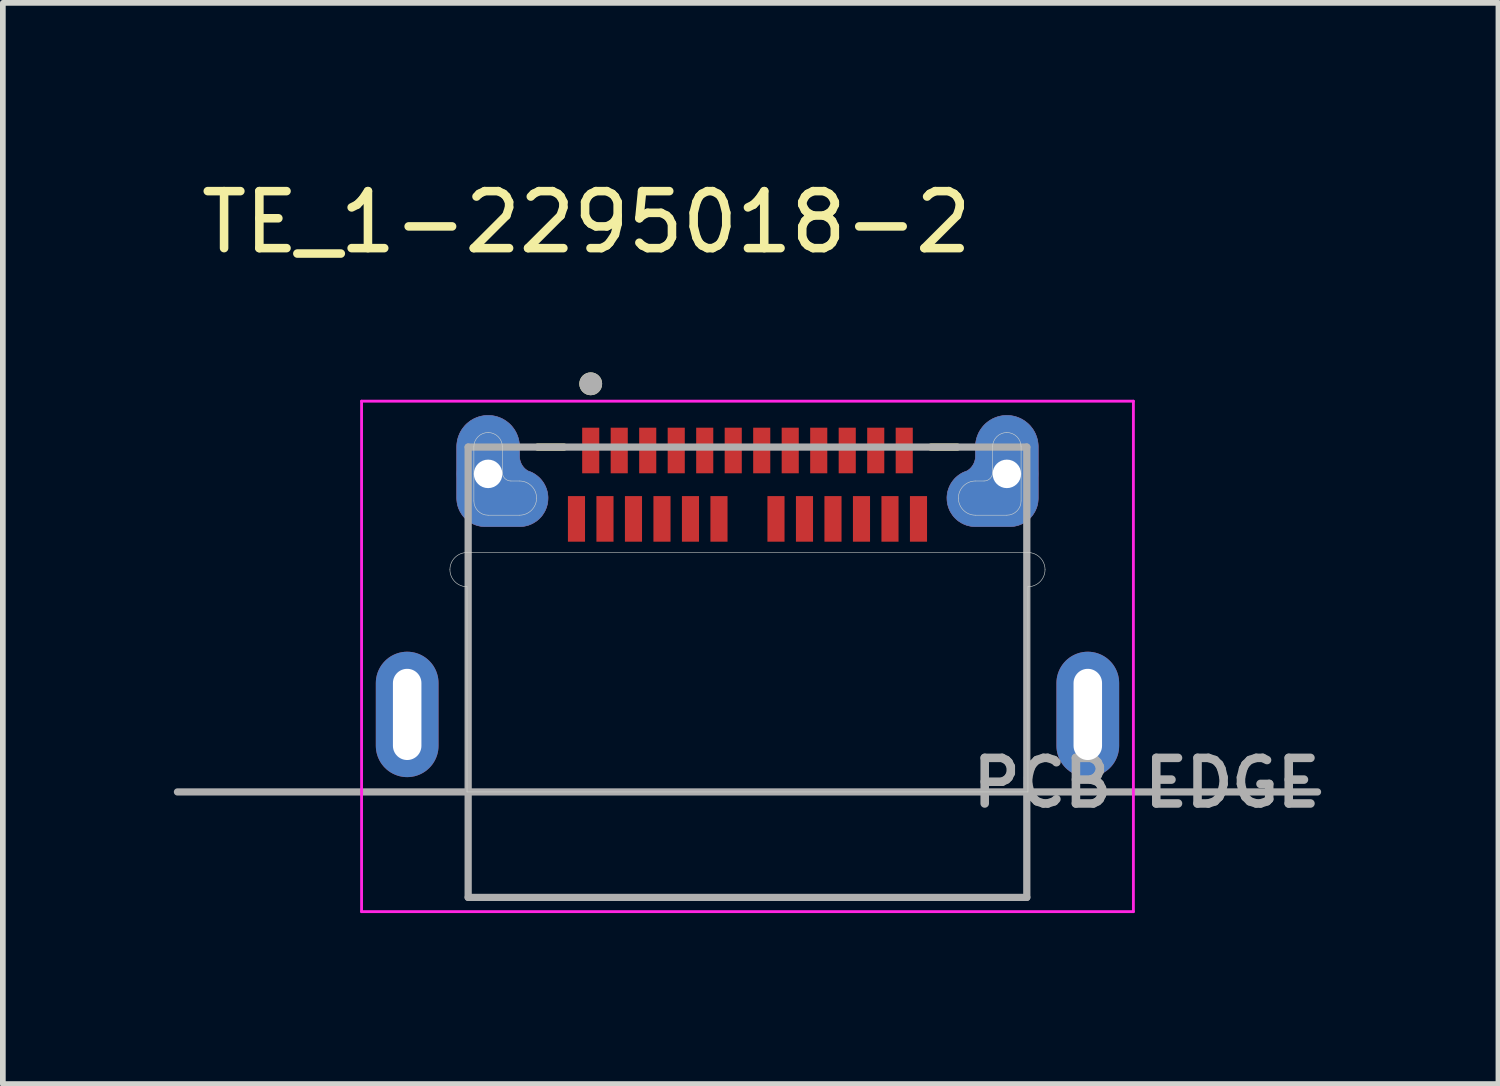
<source format=kicad_pcb>
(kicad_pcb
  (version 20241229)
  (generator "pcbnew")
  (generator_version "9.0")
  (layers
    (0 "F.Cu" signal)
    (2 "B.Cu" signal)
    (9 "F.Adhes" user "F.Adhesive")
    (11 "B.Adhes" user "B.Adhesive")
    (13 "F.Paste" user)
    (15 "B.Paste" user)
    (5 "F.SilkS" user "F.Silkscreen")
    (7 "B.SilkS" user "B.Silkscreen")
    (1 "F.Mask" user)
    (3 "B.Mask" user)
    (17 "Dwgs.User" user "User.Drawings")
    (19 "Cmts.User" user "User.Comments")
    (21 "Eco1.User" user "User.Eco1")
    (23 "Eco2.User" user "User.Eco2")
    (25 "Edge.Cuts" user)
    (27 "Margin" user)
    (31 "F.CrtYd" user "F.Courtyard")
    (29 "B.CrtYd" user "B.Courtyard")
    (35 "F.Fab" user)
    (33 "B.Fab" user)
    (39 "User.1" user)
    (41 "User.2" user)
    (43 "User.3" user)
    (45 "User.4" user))
  (footprint "TE_1-2295018-2"
    (layer "F.Cu")
    (at 10.063 9.483)
    (property "Reference" "TE_1-2295018-2" (at -2.825 -8.635 0) (layer "F.SilkS") (effects (font (size 1 1) (thickness 0.15))))
    (attr smd)
    (fp_poly (pts (xy -3.5 -3.795) (xy -3.5 -3.814) (xy -3.502 -3.835) (xy -3.504 -3.856) (xy -3.507 -3.878) (xy -3.511 -3.898) (xy -3.516 -3.919) (xy -3.522 -3.939) (xy -3.529 -3.96) (xy -3.536 -3.979) (xy -3.544 -3.999) (xy -3.554 -4.018) (xy -3.564 -4.037) (xy -3.574 -4.055) (xy -3.586 -4.073) (xy -3.598 -4.09) (xy -3.611 -4.107) (xy -3.625 -4.123) (xy -3.639 -4.139) (xy -3.654 -4.154) (xy -3.67 -4.168) (xy -3.686 -4.182) (xy -3.703 -4.195) (xy -3.72 -4.207) (xy -3.738 -4.219) (xy -3.756 -4.23) (xy -3.775 -4.24) (xy -3.794 -4.249) (xy -3.814 -4.257) (xy -3.834 -4.265) (xy -3.85 -4.27) (xy -3.859 -4.275) (xy -3.867 -4.281) (xy -3.875 -4.286) (xy -3.884 -4.293) (xy -3.891 -4.299) (xy -3.899 -4.305) (xy -3.907 -4.312) (xy -3.914 -4.319) (xy -3.921 -4.327) (xy -3.928 -4.334) (xy -3.934 -4.342) (xy -3.94 -4.35) (xy -3.946 -4.358) (xy -3.952 -4.367) (xy -3.957 -4.375) (xy -3.962 -4.384) (xy -3.967 -4.393) (xy -3.972 -4.402) (xy -3.976 -4.412) (xy -3.98 -4.421) (xy -3.983 -4.43) (xy -3.986 -4.44) (xy -3.989 -4.45) (xy -3.992 -4.46) (xy -3.994 -4.47) (xy -3.996 -4.479) (xy -3.997 -4.489) (xy -3.999 -4.5) (xy -3.999 -4.51) (xy -4 -4.52) (xy -4 -4.695) (xy -4.001 -4.724) (xy -4.003 -4.752) (xy -4.007 -4.781) (xy -4.012 -4.809) (xy -4.019 -4.837) (xy -4.027 -4.865) (xy -4.037 -4.892) (xy -4.048 -4.919) (xy -4.06 -4.945) (xy -4.074 -4.97) (xy -4.089 -4.995) (xy -4.105 -5.018) (xy -4.123 -5.041) (xy -4.141 -5.063) (xy -4.161 -5.084) (xy -4.182 -5.104) (xy -4.204 -5.122) (xy -4.227 -5.14) (xy -4.25 -5.156) (xy -4.275 -5.171) (xy -4.3 -5.185) (xy -4.326 -5.197) (xy -4.353 -5.208) (xy -4.38 -5.218) (xy -4.408 -5.226) (xy -4.436 -5.233) (xy -4.464 -5.238) (xy -4.493 -5.242) (xy -4.521 -5.244) (xy -4.55 -5.245) (xy -4.579 -5.244) (xy -4.607 -5.242) (xy -4.636 -5.238) (xy -4.664 -5.233) (xy -4.692 -5.226) (xy -4.72 -5.218) (xy -4.747 -5.208) (xy -4.774 -5.197) (xy -4.8 -5.185) (xy -4.825 -5.171) (xy -4.85 -5.156) (xy -4.873 -5.14) (xy -4.896 -5.122) (xy -4.918 -5.104) (xy -4.939 -5.084) (xy -4.959 -5.063) (xy -4.977 -5.041) (xy -4.995 -5.018) (xy -5.011 -4.995) (xy -5.026 -4.97) (xy -5.04 -4.945) (xy -5.052 -4.919) (xy -5.063 -4.892) (xy -5.073 -4.865) (xy -5.081 -4.837) (xy -5.088 -4.809) (xy -5.093 -4.781) (xy -5.097 -4.752) (xy -5.099 -4.724) (xy -5.1 -4.695) (xy -5.1 -3.795) (xy -5.099 -3.769) (xy -5.097 -3.743) (xy -5.094 -3.717) (xy -5.089 -3.691) (xy -5.083 -3.666) (xy -5.076 -3.64) (xy -5.067 -3.616) (xy -5.057 -3.592) (xy -5.046 -3.568) (xy -5.033 -3.545) (xy -5.019 -3.523) (xy -5.005 -3.501) (xy -4.989 -3.48) (xy -4.972 -3.46) (xy -4.954 -3.441) (xy -4.935 -3.423) (xy -4.915 -3.406) (xy -4.894 -3.39) (xy -4.872 -3.376) (xy -4.85 -3.362) (xy -4.827 -3.349) (xy -4.803 -3.338) (xy -4.779 -3.328) (xy -4.755 -3.319) (xy -4.729 -3.312) (xy -4.704 -3.306) (xy -4.678 -3.301) (xy -4.652 -3.298) (xy -4.626 -3.296) (xy -4.6 -3.295) (xy -4 -3.295) (xy -3.974 -3.296) (xy -3.948 -3.298) (xy -3.922 -3.301) (xy -3.896 -3.306) (xy -3.871 -3.312) (xy -3.845 -3.319) (xy -3.821 -3.328) (xy -3.797 -3.338) (xy -3.773 -3.349) (xy -3.75 -3.362) (xy -3.728 -3.376) (xy -3.706 -3.39) (xy -3.685 -3.406) (xy -3.665 -3.423) (xy -3.646 -3.441) (xy -3.628 -3.46) (xy -3.611 -3.48) (xy -3.595 -3.501) (xy -3.581 -3.523) (xy -3.567 -3.545) (xy -3.554 -3.568) (xy -3.543 -3.592) (xy -3.533 -3.616) (xy -3.524 -3.64) (xy -3.517 -3.666) (xy -3.511 -3.691) (xy -3.506 -3.717) (xy -3.503 -3.743) (xy -3.501 -3.769) (xy -3.5 -3.795)) (stroke (width 0.01) (type solid)) (fill yes) (layer "F.Cu"))
    (fp_poly (pts (xy 3.5 -3.795) (xy 3.5 -3.814) (xy 3.502 -3.835) (xy 3.504 -3.856) (xy 3.507 -3.878) (xy 3.511 -3.898) (xy 3.516 -3.919) (xy 3.522 -3.939) (xy 3.529 -3.96) (xy 3.536 -3.979) (xy 3.544 -3.999) (xy 3.554 -4.018) (xy 3.564 -4.037) (xy 3.574 -4.055) (xy 3.586 -4.073) (xy 3.598 -4.09) (xy 3.611 -4.107) (xy 3.625 -4.123) (xy 3.639 -4.139) (xy 3.654 -4.154) (xy 3.67 -4.168) (xy 3.686 -4.182) (xy 3.703 -4.195) (xy 3.72 -4.207) (xy 3.738 -4.219) (xy 3.756 -4.23) (xy 3.775 -4.24) (xy 3.794 -4.249) (xy 3.814 -4.257) (xy 3.834 -4.265) (xy 3.85 -4.27) (xy 3.859 -4.275) (xy 3.867 -4.281) (xy 3.875 -4.286) (xy 3.884 -4.293) (xy 3.891 -4.299) (xy 3.899 -4.305) (xy 3.907 -4.312) (xy 3.914 -4.319) (xy 3.921 -4.327) (xy 3.928 -4.334) (xy 3.934 -4.342) (xy 3.94 -4.35) (xy 3.946 -4.358) (xy 3.952 -4.367) (xy 3.957 -4.375) (xy 3.962 -4.384) (xy 3.967 -4.393) (xy 3.972 -4.402) (xy 3.976 -4.412) (xy 3.98 -4.421) (xy 3.983 -4.43) (xy 3.986 -4.44) (xy 3.989 -4.45) (xy 3.992 -4.46) (xy 3.994 -4.47) (xy 3.996 -4.479) (xy 3.997 -4.489) (xy 3.999 -4.5) (xy 3.999 -4.51) (xy 4 -4.52) (xy 4 -4.695) (xy 4.001 -4.724) (xy 4.003 -4.752) (xy 4.007 -4.781) (xy 4.012 -4.809) (xy 4.019 -4.837) (xy 4.027 -4.865) (xy 4.037 -4.892) (xy 4.048 -4.919) (xy 4.06 -4.945) (xy 4.074 -4.97) (xy 4.089 -4.995) (xy 4.105 -5.018) (xy 4.123 -5.041) (xy 4.141 -5.063) (xy 4.161 -5.084) (xy 4.182 -5.104) (xy 4.204 -5.122) (xy 4.227 -5.14) (xy 4.25 -5.156) (xy 4.275 -5.171) (xy 4.3 -5.185) (xy 4.326 -5.197) (xy 4.353 -5.208) (xy 4.38 -5.218) (xy 4.408 -5.226) (xy 4.436 -5.233) (xy 4.464 -5.238) (xy 4.493 -5.242) (xy 4.521 -5.244) (xy 4.55 -5.245) (xy 4.579 -5.244) (xy 4.607 -5.242) (xy 4.636 -5.238) (xy 4.664 -5.233) (xy 4.692 -5.226) (xy 4.72 -5.218) (xy 4.747 -5.208) (xy 4.774 -5.197) (xy 4.8 -5.185) (xy 4.825 -5.171) (xy 4.85 -5.156) (xy 4.873 -5.14) (xy 4.896 -5.122) (xy 4.918 -5.104) (xy 4.939 -5.084) (xy 4.959 -5.063) (xy 4.977 -5.041) (xy 4.995 -5.018) (xy 5.011 -4.995) (xy 5.026 -4.97) (xy 5.04 -4.945) (xy 5.052 -4.919) (xy 5.063 -4.892) (xy 5.073 -4.865) (xy 5.081 -4.837) (xy 5.088 -4.809) (xy 5.093 -4.781) (xy 5.097 -4.752) (xy 5.099 -4.724) (xy 5.1 -4.695) (xy 5.1 -3.795) (xy 5.099 -3.769) (xy 5.097 -3.743) (xy 5.094 -3.717) (xy 5.089 -3.691) (xy 5.083 -3.666) (xy 5.076 -3.64) (xy 5.067 -3.616) (xy 5.057 -3.592) (xy 5.046 -3.568) (xy 5.033 -3.545) (xy 5.019 -3.523) (xy 5.005 -3.501) (xy 4.989 -3.48) (xy 4.972 -3.46) (xy 4.954 -3.441) (xy 4.935 -3.423) (xy 4.915 -3.406) (xy 4.894 -3.39) (xy 4.872 -3.376) (xy 4.85 -3.362) (xy 4.827 -3.349) (xy 4.803 -3.338) (xy 4.779 -3.328) (xy 4.755 -3.319) (xy 4.729 -3.312) (xy 4.704 -3.306) (xy 4.678 -3.301) (xy 4.652 -3.298) (xy 4.626 -3.296) (xy 4.6 -3.295) (xy 4 -3.295) (xy 3.974 -3.296) (xy 3.948 -3.298) (xy 3.922 -3.301) (xy 3.896 -3.306) (xy 3.871 -3.312) (xy 3.845 -3.319) (xy 3.821 -3.328) (xy 3.797 -3.338) (xy 3.773 -3.349) (xy 3.75 -3.362) (xy 3.728 -3.376) (xy 3.706 -3.39) (xy 3.685 -3.406) (xy 3.665 -3.423) (xy 3.646 -3.441) (xy 3.628 -3.46) (xy 3.611 -3.48) (xy 3.595 -3.501) (xy 3.581 -3.523) (xy 3.567 -3.545) (xy 3.554 -3.568) (xy 3.543 -3.592) (xy 3.533 -3.616) (xy 3.524 -3.64) (xy 3.517 -3.666) (xy 3.511 -3.691) (xy 3.506 -3.717) (xy 3.503 -3.743) (xy 3.501 -3.769) (xy 3.5 -3.795)) (stroke (width 0.01) (type solid)) (fill yes) (layer "F.Cu"))
    (fp_poly (pts (xy -3.4 -3.795) (xy -3.4 -3.819) (xy -3.401 -3.844) (xy -3.403 -3.869) (xy -3.407 -3.894) (xy -3.411 -3.919) (xy -3.416 -3.943) (xy -3.423 -3.968) (xy -3.43 -3.992) (xy -3.438 -4.015) (xy -3.448 -4.039) (xy -3.458 -4.062) (xy -3.469 -4.084) (xy -3.481 -4.106) (xy -3.494 -4.128) (xy -3.508 -4.148) (xy -3.523 -4.169) (xy -3.539 -4.188) (xy -3.555 -4.207) (xy -3.573 -4.226) (xy -3.591 -4.243) (xy -3.61 -4.26) (xy -3.629 -4.276) (xy -3.649 -4.291) (xy -3.67 -4.305) (xy -3.691 -4.319) (xy -3.713 -4.331) (xy -3.735 -4.343) (xy -3.758 -4.353) (xy -3.781 -4.363) (xy -3.8 -4.37) (xy -3.805 -4.373) (xy -3.812 -4.377) (xy -3.819 -4.382) (xy -3.825 -4.387) (xy -3.831 -4.392) (xy -3.837 -4.397) (xy -3.843 -4.402) (xy -3.848 -4.408) (xy -3.853 -4.414) (xy -3.859 -4.42) (xy -3.863 -4.426) (xy -3.868 -4.433) (xy -3.872 -4.44) (xy -3.876 -4.446) (xy -3.88 -4.453) (xy -3.883 -4.461) (xy -3.886 -4.468) (xy -3.889 -4.475) (xy -3.892 -4.483) (xy -3.894 -4.49) (xy -3.896 -4.498) (xy -3.898 -4.506) (xy -3.899 -4.513) (xy -3.9 -4.521) (xy -3.901 -4.529) (xy -3.902 -4.537) (xy -3.902 -4.545) (xy -3.901 -4.553) (xy -3.901 -4.561) (xy -3.9 -4.57) (xy -3.9 -4.695) (xy -3.901 -4.729) (xy -3.904 -4.763) (xy -3.908 -4.797) (xy -3.914 -4.83) (xy -3.922 -4.863) (xy -3.932 -4.896) (xy -3.943 -4.928) (xy -3.956 -4.959) (xy -3.971 -4.99) (xy -3.987 -5.02) (xy -4.005 -5.049) (xy -4.024 -5.077) (xy -4.045 -5.104) (xy -4.067 -5.13) (xy -4.09 -5.155) (xy -4.115 -5.178) (xy -4.141 -5.2) (xy -4.168 -5.221) (xy -4.196 -5.24) (xy -4.225 -5.258) (xy -4.255 -5.274) (xy -4.286 -5.289) (xy -4.317 -5.302) (xy -4.349 -5.313) (xy -4.382 -5.323) (xy -4.415 -5.331) (xy -4.448 -5.337) (xy -4.482 -5.341) (xy -4.516 -5.344) (xy -4.55 -5.345) (xy -4.584 -5.344) (xy -4.618 -5.341) (xy -4.652 -5.337) (xy -4.685 -5.331) (xy -4.718 -5.323) (xy -4.751 -5.313) (xy -4.783 -5.302) (xy -4.814 -5.289) (xy -4.845 -5.274) (xy -4.875 -5.258) (xy -4.904 -5.24) (xy -4.932 -5.221) (xy -4.959 -5.2) (xy -4.985 -5.178) (xy -5.01 -5.155) (xy -5.033 -5.13) (xy -5.055 -5.104) (xy -5.076 -5.077) (xy -5.095 -5.049) (xy -5.113 -5.02) (xy -5.129 -4.99) (xy -5.144 -4.959) (xy -5.157 -4.928) (xy -5.168 -4.896) (xy -5.178 -4.863) (xy -5.186 -4.83) (xy -5.192 -4.797) (xy -5.196 -4.763) (xy -5.199 -4.729) (xy -5.2 -4.695) (xy -5.2 -3.795) (xy -5.199 -3.764) (xy -5.197 -3.732) (xy -5.193 -3.701) (xy -5.187 -3.67) (xy -5.18 -3.64) (xy -5.171 -3.61) (xy -5.16 -3.58) (xy -5.148 -3.551) (xy -5.135 -3.523) (xy -5.12 -3.495) (xy -5.103 -3.468) (xy -5.085 -3.442) (xy -5.066 -3.417) (xy -5.046 -3.394) (xy -5.024 -3.371) (xy -5.001 -3.349) (xy -4.978 -3.329) (xy -4.953 -3.31) (xy -4.927 -3.292) (xy -4.9 -3.275) (xy -4.872 -3.26) (xy -4.844 -3.247) (xy -4.815 -3.235) (xy -4.785 -3.224) (xy -4.755 -3.215) (xy -4.725 -3.208) (xy -4.694 -3.202) (xy -4.663 -3.198) (xy -4.631 -3.196) (xy -4.6 -3.195) (xy -4 -3.195) (xy -3.969 -3.196) (xy -3.937 -3.198) (xy -3.906 -3.202) (xy -3.875 -3.208) (xy -3.845 -3.215) (xy -3.815 -3.224) (xy -3.785 -3.235) (xy -3.756 -3.247) (xy -3.728 -3.26) (xy -3.7 -3.275) (xy -3.673 -3.292) (xy -3.647 -3.31) (xy -3.622 -3.329) (xy -3.599 -3.349) (xy -3.576 -3.371) (xy -3.554 -3.394) (xy -3.534 -3.417) (xy -3.515 -3.442) (xy -3.497 -3.468) (xy -3.48 -3.495) (xy -3.465 -3.523) (xy -3.452 -3.551) (xy -3.44 -3.58) (xy -3.429 -3.61) (xy -3.42 -3.64) (xy -3.413 -3.67) (xy -3.407 -3.701) (xy -3.403 -3.732) (xy -3.401 -3.764) (xy -3.4 -3.795)) (stroke (width 0.01) (type solid)) (fill yes) (layer "F.Mask"))
    (fp_poly (pts (xy 3.4 -3.795) (xy 3.4 -3.819) (xy 3.401 -3.844) (xy 3.403 -3.869) (xy 3.407 -3.894) (xy 3.411 -3.919) (xy 3.416 -3.943) (xy 3.423 -3.968) (xy 3.43 -3.992) (xy 3.438 -4.015) (xy 3.448 -4.039) (xy 3.458 -4.062) (xy 3.469 -4.084) (xy 3.481 -4.106) (xy 3.494 -4.128) (xy 3.508 -4.148) (xy 3.523 -4.169) (xy 3.539 -4.188) (xy 3.555 -4.207) (xy 3.573 -4.226) (xy 3.591 -4.243) (xy 3.61 -4.26) (xy 3.629 -4.276) (xy 3.649 -4.291) (xy 3.67 -4.305) (xy 3.691 -4.319) (xy 3.713 -4.331) (xy 3.735 -4.343) (xy 3.758 -4.353) (xy 3.781 -4.363) (xy 3.8 -4.37) (xy 3.805 -4.373) (xy 3.812 -4.377) (xy 3.819 -4.382) (xy 3.825 -4.387) (xy 3.831 -4.392) (xy 3.837 -4.397) (xy 3.843 -4.402) (xy 3.848 -4.408) (xy 3.853 -4.414) (xy 3.859 -4.42) (xy 3.863 -4.426) (xy 3.868 -4.433) (xy 3.872 -4.44) (xy 3.876 -4.446) (xy 3.88 -4.453) (xy 3.883 -4.461) (xy 3.886 -4.468) (xy 3.889 -4.475) (xy 3.892 -4.483) (xy 3.894 -4.49) (xy 3.896 -4.498) (xy 3.898 -4.506) (xy 3.899 -4.513) (xy 3.9 -4.521) (xy 3.901 -4.529) (xy 3.902 -4.537) (xy 3.902 -4.545) (xy 3.901 -4.553) (xy 3.901 -4.561) (xy 3.9 -4.57) (xy 3.9 -4.695) (xy 3.901 -4.729) (xy 3.904 -4.763) (xy 3.908 -4.797) (xy 3.914 -4.83) (xy 3.922 -4.863) (xy 3.932 -4.896) (xy 3.943 -4.928) (xy 3.956 -4.959) (xy 3.971 -4.99) (xy 3.987 -5.02) (xy 4.005 -5.049) (xy 4.024 -5.077) (xy 4.045 -5.104) (xy 4.067 -5.13) (xy 4.09 -5.155) (xy 4.115 -5.178) (xy 4.141 -5.2) (xy 4.168 -5.221) (xy 4.196 -5.24) (xy 4.225 -5.258) (xy 4.255 -5.274) (xy 4.286 -5.289) (xy 4.317 -5.302) (xy 4.349 -5.313) (xy 4.382 -5.323) (xy 4.415 -5.331) (xy 4.448 -5.337) (xy 4.482 -5.341) (xy 4.516 -5.344) (xy 4.55 -5.345) (xy 4.584 -5.344) (xy 4.618 -5.341) (xy 4.652 -5.337) (xy 4.685 -5.331) (xy 4.718 -5.323) (xy 4.751 -5.313) (xy 4.783 -5.302) (xy 4.814 -5.289) (xy 4.845 -5.274) (xy 4.875 -5.258) (xy 4.904 -5.24) (xy 4.932 -5.221) (xy 4.959 -5.2) (xy 4.985 -5.178) (xy 5.01 -5.155) (xy 5.033 -5.13) (xy 5.055 -5.104) (xy 5.076 -5.077) (xy 5.095 -5.049) (xy 5.113 -5.02) (xy 5.129 -4.99) (xy 5.144 -4.959) (xy 5.157 -4.928) (xy 5.168 -4.896) (xy 5.178 -4.863) (xy 5.186 -4.83) (xy 5.192 -4.797) (xy 5.196 -4.763) (xy 5.199 -4.729) (xy 5.2 -4.695) (xy 5.2 -3.795) (xy 5.199 -3.764) (xy 5.197 -3.732) (xy 5.193 -3.701) (xy 5.187 -3.67) (xy 5.18 -3.64) (xy 5.171 -3.61) (xy 5.16 -3.58) (xy 5.148 -3.551) (xy 5.135 -3.523) (xy 5.12 -3.495) (xy 5.103 -3.468) (xy 5.085 -3.442) (xy 5.066 -3.417) (xy 5.046 -3.394) (xy 5.024 -3.371) (xy 5.001 -3.349) (xy 4.978 -3.329) (xy 4.953 -3.31) (xy 4.927 -3.292) (xy 4.9 -3.275) (xy 4.872 -3.26) (xy 4.844 -3.247) (xy 4.815 -3.235) (xy 4.785 -3.224) (xy 4.755 -3.215) (xy 4.725 -3.208) (xy 4.694 -3.202) (xy 4.663 -3.198) (xy 4.631 -3.196) (xy 4.6 -3.195) (xy 4 -3.195) (xy 3.969 -3.196) (xy 3.937 -3.198) (xy 3.906 -3.202) (xy 3.875 -3.208) (xy 3.845 -3.215) (xy 3.815 -3.224) (xy 3.785 -3.235) (xy 3.756 -3.247) (xy 3.728 -3.26) (xy 3.7 -3.275) (xy 3.673 -3.292) (xy 3.647 -3.31) (xy 3.622 -3.329) (xy 3.599 -3.349) (xy 3.576 -3.371) (xy 3.554 -3.394) (xy 3.534 -3.417) (xy 3.515 -3.442) (xy 3.497 -3.468) (xy 3.48 -3.495) (xy 3.465 -3.523) (xy 3.452 -3.551) (xy 3.44 -3.58) (xy 3.429 -3.61) (xy 3.42 -3.64) (xy 3.413 -3.67) (xy 3.407 -3.701) (xy 3.403 -3.732) (xy 3.401 -3.764) (xy 3.4 -3.795)) (stroke (width 0.01) (type solid)) (fill yes) (layer "F.Mask"))
    (fp_poly (pts (xy -3.5 -3.795) (xy -3.5 -3.814) (xy -3.502 -3.835) (xy -3.504 -3.856) (xy -3.507 -3.878) (xy -3.511 -3.898) (xy -3.516 -3.919) (xy -3.522 -3.939) (xy -3.529 -3.96) (xy -3.536 -3.979) (xy -3.544 -3.999) (xy -3.554 -4.018) (xy -3.564 -4.037) (xy -3.574 -4.055) (xy -3.586 -4.073) (xy -3.598 -4.09) (xy -3.611 -4.107) (xy -3.625 -4.123) (xy -3.639 -4.139) (xy -3.654 -4.154) (xy -3.67 -4.168) (xy -3.686 -4.182) (xy -3.703 -4.195) (xy -3.72 -4.207) (xy -3.738 -4.219) (xy -3.756 -4.23) (xy -3.775 -4.24) (xy -3.794 -4.249) (xy -3.814 -4.257) (xy -3.834 -4.265) (xy -3.85 -4.27) (xy -3.859 -4.275) (xy -3.867 -4.281) (xy -3.875 -4.286) (xy -3.884 -4.293) (xy -3.891 -4.299) (xy -3.899 -4.305) (xy -3.907 -4.312) (xy -3.914 -4.319) (xy -3.921 -4.327) (xy -3.928 -4.334) (xy -3.934 -4.342) (xy -3.94 -4.35) (xy -3.946 -4.358) (xy -3.952 -4.367) (xy -3.957 -4.375) (xy -3.962 -4.384) (xy -3.967 -4.393) (xy -3.972 -4.402) (xy -3.976 -4.412) (xy -3.98 -4.421) (xy -3.983 -4.43) (xy -3.986 -4.44) (xy -3.989 -4.45) (xy -3.992 -4.46) (xy -3.994 -4.47) (xy -3.996 -4.479) (xy -3.997 -4.489) (xy -3.999 -4.5) (xy -3.999 -4.51) (xy -4 -4.52) (xy -4 -4.695) (xy -4.001 -4.724) (xy -4.003 -4.752) (xy -4.007 -4.781) (xy -4.012 -4.809) (xy -4.019 -4.837) (xy -4.027 -4.865) (xy -4.037 -4.892) (xy -4.048 -4.919) (xy -4.06 -4.945) (xy -4.074 -4.97) (xy -4.089 -4.995) (xy -4.105 -5.018) (xy -4.123 -5.041) (xy -4.141 -5.063) (xy -4.161 -5.084) (xy -4.182 -5.104) (xy -4.204 -5.122) (xy -4.227 -5.14) (xy -4.25 -5.156) (xy -4.275 -5.171) (xy -4.3 -5.185) (xy -4.326 -5.197) (xy -4.353 -5.208) (xy -4.38 -5.218) (xy -4.408 -5.226) (xy -4.436 -5.233) (xy -4.464 -5.238) (xy -4.493 -5.242) (xy -4.521 -5.244) (xy -4.55 -5.245) (xy -4.579 -5.244) (xy -4.607 -5.242) (xy -4.636 -5.238) (xy -4.664 -5.233) (xy -4.692 -5.226) (xy -4.72 -5.218) (xy -4.747 -5.208) (xy -4.774 -5.197) (xy -4.8 -5.185) (xy -4.825 -5.171) (xy -4.85 -5.156) (xy -4.873 -5.14) (xy -4.896 -5.122) (xy -4.918 -5.104) (xy -4.939 -5.084) (xy -4.959 -5.063) (xy -4.977 -5.041) (xy -4.995 -5.018) (xy -5.011 -4.995) (xy -5.026 -4.97) (xy -5.04 -4.945) (xy -5.052 -4.919) (xy -5.063 -4.892) (xy -5.073 -4.865) (xy -5.081 -4.837) (xy -5.088 -4.809) (xy -5.093 -4.781) (xy -5.097 -4.752) (xy -5.099 -4.724) (xy -5.1 -4.695) (xy -5.1 -3.795) (xy -5.099 -3.769) (xy -5.097 -3.743) (xy -5.094 -3.717) (xy -5.089 -3.691) (xy -5.083 -3.666) (xy -5.076 -3.64) (xy -5.067 -3.616) (xy -5.057 -3.592) (xy -5.046 -3.568) (xy -5.033 -3.545) (xy -5.019 -3.523) (xy -5.005 -3.501) (xy -4.989 -3.48) (xy -4.972 -3.46) (xy -4.954 -3.441) (xy -4.935 -3.423) (xy -4.915 -3.406) (xy -4.894 -3.39) (xy -4.872 -3.376) (xy -4.85 -3.362) (xy -4.827 -3.349) (xy -4.803 -3.338) (xy -4.779 -3.328) (xy -4.755 -3.319) (xy -4.729 -3.312) (xy -4.704 -3.306) (xy -4.678 -3.301) (xy -4.652 -3.298) (xy -4.626 -3.296) (xy -4.6 -3.295) (xy -4 -3.295) (xy -3.974 -3.296) (xy -3.948 -3.298) (xy -3.922 -3.301) (xy -3.896 -3.306) (xy -3.871 -3.312) (xy -3.845 -3.319) (xy -3.821 -3.328) (xy -3.797 -3.338) (xy -3.773 -3.349) (xy -3.75 -3.362) (xy -3.728 -3.376) (xy -3.706 -3.39) (xy -3.685 -3.406) (xy -3.665 -3.423) (xy -3.646 -3.441) (xy -3.628 -3.46) (xy -3.611 -3.48) (xy -3.595 -3.501) (xy -3.581 -3.523) (xy -3.567 -3.545) (xy -3.554 -3.568) (xy -3.543 -3.592) (xy -3.533 -3.616) (xy -3.524 -3.64) (xy -3.517 -3.666) (xy -3.511 -3.691) (xy -3.506 -3.717) (xy -3.503 -3.743) (xy -3.501 -3.769) (xy -3.5 -3.795)) (stroke (width 0.01) (type solid)) (fill yes) (layer "B.Cu"))
    (fp_poly (pts (xy 3.5 -3.795) (xy 3.5 -3.814) (xy 3.502 -3.835) (xy 3.504 -3.856) (xy 3.507 -3.878) (xy 3.511 -3.898) (xy 3.516 -3.919) (xy 3.522 -3.939) (xy 3.529 -3.96) (xy 3.536 -3.979) (xy 3.544 -3.999) (xy 3.554 -4.018) (xy 3.564 -4.037) (xy 3.574 -4.055) (xy 3.586 -4.073) (xy 3.598 -4.09) (xy 3.611 -4.107) (xy 3.625 -4.123) (xy 3.639 -4.139) (xy 3.654 -4.154) (xy 3.67 -4.168) (xy 3.686 -4.182) (xy 3.703 -4.195) (xy 3.72 -4.207) (xy 3.738 -4.219) (xy 3.756 -4.23) (xy 3.775 -4.24) (xy 3.794 -4.249) (xy 3.814 -4.257) (xy 3.834 -4.265) (xy 3.85 -4.27) (xy 3.859 -4.275) (xy 3.867 -4.281) (xy 3.875 -4.286) (xy 3.884 -4.293) (xy 3.891 -4.299) (xy 3.899 -4.305) (xy 3.907 -4.312) (xy 3.914 -4.319) (xy 3.921 -4.327) (xy 3.928 -4.334) (xy 3.934 -4.342) (xy 3.94 -4.35) (xy 3.946 -4.358) (xy 3.952 -4.367) (xy 3.957 -4.375) (xy 3.962 -4.384) (xy 3.967 -4.393) (xy 3.972 -4.402) (xy 3.976 -4.412) (xy 3.98 -4.421) (xy 3.983 -4.43) (xy 3.986 -4.44) (xy 3.989 -4.45) (xy 3.992 -4.46) (xy 3.994 -4.47) (xy 3.996 -4.479) (xy 3.997 -4.489) (xy 3.999 -4.5) (xy 3.999 -4.51) (xy 4 -4.52) (xy 4 -4.695) (xy 4.001 -4.724) (xy 4.003 -4.752) (xy 4.007 -4.781) (xy 4.012 -4.809) (xy 4.019 -4.837) (xy 4.027 -4.865) (xy 4.037 -4.892) (xy 4.048 -4.919) (xy 4.06 -4.945) (xy 4.074 -4.97) (xy 4.089 -4.995) (xy 4.105 -5.018) (xy 4.123 -5.041) (xy 4.141 -5.063) (xy 4.161 -5.084) (xy 4.182 -5.104) (xy 4.204 -5.122) (xy 4.227 -5.14) (xy 4.25 -5.156) (xy 4.275 -5.171) (xy 4.3 -5.185) (xy 4.326 -5.197) (xy 4.353 -5.208) (xy 4.38 -5.218) (xy 4.408 -5.226) (xy 4.436 -5.233) (xy 4.464 -5.238) (xy 4.493 -5.242) (xy 4.521 -5.244) (xy 4.55 -5.245) (xy 4.579 -5.244) (xy 4.607 -5.242) (xy 4.636 -5.238) (xy 4.664 -5.233) (xy 4.692 -5.226) (xy 4.72 -5.218) (xy 4.747 -5.208) (xy 4.774 -5.197) (xy 4.8 -5.185) (xy 4.825 -5.171) (xy 4.85 -5.156) (xy 4.873 -5.14) (xy 4.896 -5.122) (xy 4.918 -5.104) (xy 4.939 -5.084) (xy 4.959 -5.063) (xy 4.977 -5.041) (xy 4.995 -5.018) (xy 5.011 -4.995) (xy 5.026 -4.97) (xy 5.04 -4.945) (xy 5.052 -4.919) (xy 5.063 -4.892) (xy 5.073 -4.865) (xy 5.081 -4.837) (xy 5.088 -4.809) (xy 5.093 -4.781) (xy 5.097 -4.752) (xy 5.099 -4.724) (xy 5.1 -4.695) (xy 5.1 -3.795) (xy 5.099 -3.769) (xy 5.097 -3.743) (xy 5.094 -3.717) (xy 5.089 -3.691) (xy 5.083 -3.666) (xy 5.076 -3.64) (xy 5.067 -3.616) (xy 5.057 -3.592) (xy 5.046 -3.568) (xy 5.033 -3.545) (xy 5.019 -3.523) (xy 5.005 -3.501) (xy 4.989 -3.48) (xy 4.972 -3.46) (xy 4.954 -3.441) (xy 4.935 -3.423) (xy 4.915 -3.406) (xy 4.894 -3.39) (xy 4.872 -3.376) (xy 4.85 -3.362) (xy 4.827 -3.349) (xy 4.803 -3.338) (xy 4.779 -3.328) (xy 4.755 -3.319) (xy 4.729 -3.312) (xy 4.704 -3.306) (xy 4.678 -3.301) (xy 4.652 -3.298) (xy 4.626 -3.296) (xy 4.6 -3.295) (xy 4 -3.295) (xy 3.974 -3.296) (xy 3.948 -3.298) (xy 3.922 -3.301) (xy 3.896 -3.306) (xy 3.871 -3.312) (xy 3.845 -3.319) (xy 3.821 -3.328) (xy 3.797 -3.338) (xy 3.773 -3.349) (xy 3.75 -3.362) (xy 3.728 -3.376) (xy 3.706 -3.39) (xy 3.685 -3.406) (xy 3.665 -3.423) (xy 3.646 -3.441) (xy 3.628 -3.46) (xy 3.611 -3.48) (xy 3.595 -3.501) (xy 3.581 -3.523) (xy 3.567 -3.545) (xy 3.554 -3.568) (xy 3.543 -3.592) (xy 3.533 -3.616) (xy 3.524 -3.64) (xy 3.517 -3.666) (xy 3.511 -3.691) (xy 3.506 -3.717) (xy 3.503 -3.743) (xy 3.501 -3.769) (xy 3.5 -3.795)) (stroke (width 0.01) (type solid)) (fill yes) (layer "B.Cu"))
    (fp_poly (pts (xy -3.4 -3.795) (xy -3.4 -3.819) (xy -3.401 -3.844) (xy -3.403 -3.869) (xy -3.407 -3.894) (xy -3.411 -3.919) (xy -3.416 -3.943) (xy -3.423 -3.968) (xy -3.43 -3.992) (xy -3.438 -4.015) (xy -3.448 -4.039) (xy -3.458 -4.062) (xy -3.469 -4.084) (xy -3.481 -4.106) (xy -3.494 -4.128) (xy -3.508 -4.148) (xy -3.523 -4.169) (xy -3.539 -4.188) (xy -3.555 -4.207) (xy -3.573 -4.226) (xy -3.591 -4.243) (xy -3.61 -4.26) (xy -3.629 -4.276) (xy -3.649 -4.291) (xy -3.67 -4.305) (xy -3.691 -4.319) (xy -3.713 -4.331) (xy -3.735 -4.343) (xy -3.758 -4.353) (xy -3.781 -4.363) (xy -3.8 -4.37) (xy -3.805 -4.373) (xy -3.812 -4.377) (xy -3.819 -4.382) (xy -3.825 -4.387) (xy -3.831 -4.392) (xy -3.837 -4.397) (xy -3.843 -4.402) (xy -3.848 -4.408) (xy -3.853 -4.414) (xy -3.859 -4.42) (xy -3.863 -4.426) (xy -3.868 -4.433) (xy -3.872 -4.44) (xy -3.876 -4.446) (xy -3.88 -4.453) (xy -3.883 -4.461) (xy -3.886 -4.468) (xy -3.889 -4.475) (xy -3.892 -4.483) (xy -3.894 -4.49) (xy -3.896 -4.498) (xy -3.898 -4.506) (xy -3.899 -4.513) (xy -3.9 -4.521) (xy -3.901 -4.529) (xy -3.902 -4.537) (xy -3.902 -4.545) (xy -3.901 -4.553) (xy -3.901 -4.561) (xy -3.9 -4.57) (xy -3.9 -4.695) (xy -3.901 -4.729) (xy -3.904 -4.763) (xy -3.908 -4.797) (xy -3.914 -4.83) (xy -3.922 -4.863) (xy -3.932 -4.896) (xy -3.943 -4.928) (xy -3.956 -4.959) (xy -3.971 -4.99) (xy -3.987 -5.02) (xy -4.005 -5.049) (xy -4.024 -5.077) (xy -4.045 -5.104) (xy -4.067 -5.13) (xy -4.09 -5.155) (xy -4.115 -5.178) (xy -4.141 -5.2) (xy -4.168 -5.221) (xy -4.196 -5.24) (xy -4.225 -5.258) (xy -4.255 -5.274) (xy -4.286 -5.289) (xy -4.317 -5.302) (xy -4.349 -5.313) (xy -4.382 -5.323) (xy -4.415 -5.331) (xy -4.448 -5.337) (xy -4.482 -5.341) (xy -4.516 -5.344) (xy -4.55 -5.345) (xy -4.584 -5.344) (xy -4.618 -5.341) (xy -4.652 -5.337) (xy -4.685 -5.331) (xy -4.718 -5.323) (xy -4.751 -5.313) (xy -4.783 -5.302) (xy -4.814 -5.289) (xy -4.845 -5.274) (xy -4.875 -5.258) (xy -4.904 -5.24) (xy -4.932 -5.221) (xy -4.959 -5.2) (xy -4.985 -5.178) (xy -5.01 -5.155) (xy -5.033 -5.13) (xy -5.055 -5.104) (xy -5.076 -5.077) (xy -5.095 -5.049) (xy -5.113 -5.02) (xy -5.129 -4.99) (xy -5.144 -4.959) (xy -5.157 -4.928) (xy -5.168 -4.896) (xy -5.178 -4.863) (xy -5.186 -4.83) (xy -5.192 -4.797) (xy -5.196 -4.763) (xy -5.199 -4.729) (xy -5.2 -4.695) (xy -5.2 -3.795) (xy -5.199 -3.764) (xy -5.197 -3.732) (xy -5.193 -3.701) (xy -5.187 -3.67) (xy -5.18 -3.64) (xy -5.171 -3.61) (xy -5.16 -3.58) (xy -5.148 -3.551) (xy -5.135 -3.523) (xy -5.12 -3.495) (xy -5.103 -3.468) (xy -5.085 -3.442) (xy -5.066 -3.417) (xy -5.046 -3.394) (xy -5.024 -3.371) (xy -5.001 -3.349) (xy -4.978 -3.329) (xy -4.953 -3.31) (xy -4.927 -3.292) (xy -4.9 -3.275) (xy -4.872 -3.26) (xy -4.844 -3.247) (xy -4.815 -3.235) (xy -4.785 -3.224) (xy -4.755 -3.215) (xy -4.725 -3.208) (xy -4.694 -3.202) (xy -4.663 -3.198) (xy -4.631 -3.196) (xy -4.6 -3.195) (xy -4 -3.195) (xy -3.969 -3.196) (xy -3.937 -3.198) (xy -3.906 -3.202) (xy -3.875 -3.208) (xy -3.845 -3.215) (xy -3.815 -3.224) (xy -3.785 -3.235) (xy -3.756 -3.247) (xy -3.728 -3.26) (xy -3.7 -3.275) (xy -3.673 -3.292) (xy -3.647 -3.31) (xy -3.622 -3.329) (xy -3.599 -3.349) (xy -3.576 -3.371) (xy -3.554 -3.394) (xy -3.534 -3.417) (xy -3.515 -3.442) (xy -3.497 -3.468) (xy -3.48 -3.495) (xy -3.465 -3.523) (xy -3.452 -3.551) (xy -3.44 -3.58) (xy -3.429 -3.61) (xy -3.42 -3.64) (xy -3.413 -3.67) (xy -3.407 -3.701) (xy -3.403 -3.732) (xy -3.401 -3.764) (xy -3.4 -3.795)) (stroke (width 0.01) (type solid)) (fill yes) (layer "B.Mask"))
    (fp_poly (pts (xy 3.4 -3.795) (xy 3.4 -3.819) (xy 3.401 -3.844) (xy 3.403 -3.869) (xy 3.407 -3.894) (xy 3.411 -3.919) (xy 3.416 -3.943) (xy 3.423 -3.968) (xy 3.43 -3.992) (xy 3.438 -4.015) (xy 3.448 -4.039) (xy 3.458 -4.062) (xy 3.469 -4.084) (xy 3.481 -4.106) (xy 3.494 -4.128) (xy 3.508 -4.148) (xy 3.523 -4.169) (xy 3.539 -4.188) (xy 3.555 -4.207) (xy 3.573 -4.226) (xy 3.591 -4.243) (xy 3.61 -4.26) (xy 3.629 -4.276) (xy 3.649 -4.291) (xy 3.67 -4.305) (xy 3.691 -4.319) (xy 3.713 -4.331) (xy 3.735 -4.343) (xy 3.758 -4.353) (xy 3.781 -4.363) (xy 3.8 -4.37) (xy 3.805 -4.373) (xy 3.812 -4.377) (xy 3.819 -4.382) (xy 3.825 -4.387) (xy 3.831 -4.392) (xy 3.837 -4.397) (xy 3.843 -4.402) (xy 3.848 -4.408) (xy 3.853 -4.414) (xy 3.859 -4.42) (xy 3.863 -4.426) (xy 3.868 -4.433) (xy 3.872 -4.44) (xy 3.876 -4.446) (xy 3.88 -4.453) (xy 3.883 -4.461) (xy 3.886 -4.468) (xy 3.889 -4.475) (xy 3.892 -4.483) (xy 3.894 -4.49) (xy 3.896 -4.498) (xy 3.898 -4.506) (xy 3.899 -4.513) (xy 3.9 -4.521) (xy 3.901 -4.529) (xy 3.902 -4.537) (xy 3.902 -4.545) (xy 3.901 -4.553) (xy 3.901 -4.561) (xy 3.9 -4.57) (xy 3.9 -4.695) (xy 3.901 -4.729) (xy 3.904 -4.763) (xy 3.908 -4.797) (xy 3.914 -4.83) (xy 3.922 -4.863) (xy 3.932 -4.896) (xy 3.943 -4.928) (xy 3.956 -4.959) (xy 3.971 -4.99) (xy 3.987 -5.02) (xy 4.005 -5.049) (xy 4.024 -5.077) (xy 4.045 -5.104) (xy 4.067 -5.13) (xy 4.09 -5.155) (xy 4.115 -5.178) (xy 4.141 -5.2) (xy 4.168 -5.221) (xy 4.196 -5.24) (xy 4.225 -5.258) (xy 4.255 -5.274) (xy 4.286 -5.289) (xy 4.317 -5.302) (xy 4.349 -5.313) (xy 4.382 -5.323) (xy 4.415 -5.331) (xy 4.448 -5.337) (xy 4.482 -5.341) (xy 4.516 -5.344) (xy 4.55 -5.345) (xy 4.584 -5.344) (xy 4.618 -5.341) (xy 4.652 -5.337) (xy 4.685 -5.331) (xy 4.718 -5.323) (xy 4.751 -5.313) (xy 4.783 -5.302) (xy 4.814 -5.289) (xy 4.845 -5.274) (xy 4.875 -5.258) (xy 4.904 -5.24) (xy 4.932 -5.221) (xy 4.959 -5.2) (xy 4.985 -5.178) (xy 5.01 -5.155) (xy 5.033 -5.13) (xy 5.055 -5.104) (xy 5.076 -5.077) (xy 5.095 -5.049) (xy 5.113 -5.02) (xy 5.129 -4.99) (xy 5.144 -4.959) (xy 5.157 -4.928) (xy 5.168 -4.896) (xy 5.178 -4.863) (xy 5.186 -4.83) (xy 5.192 -4.797) (xy 5.196 -4.763) (xy 5.199 -4.729) (xy 5.2 -4.695) (xy 5.2 -3.795) (xy 5.199 -3.764) (xy 5.197 -3.732) (xy 5.193 -3.701) (xy 5.187 -3.67) (xy 5.18 -3.64) (xy 5.171 -3.61) (xy 5.16 -3.58) (xy 5.148 -3.551) (xy 5.135 -3.523) (xy 5.12 -3.495) (xy 5.103 -3.468) (xy 5.085 -3.442) (xy 5.066 -3.417) (xy 5.046 -3.394) (xy 5.024 -3.371) (xy 5.001 -3.349) (xy 4.978 -3.329) (xy 4.953 -3.31) (xy 4.927 -3.292) (xy 4.9 -3.275) (xy 4.872 -3.26) (xy 4.844 -3.247) (xy 4.815 -3.235) (xy 4.785 -3.224) (xy 4.755 -3.215) (xy 4.725 -3.208) (xy 4.694 -3.202) (xy 4.663 -3.198) (xy 4.631 -3.196) (xy 4.6 -3.195) (xy 4 -3.195) (xy 3.969 -3.196) (xy 3.937 -3.198) (xy 3.906 -3.202) (xy 3.875 -3.208) (xy 3.845 -3.215) (xy 3.815 -3.224) (xy 3.785 -3.235) (xy 3.756 -3.247) (xy 3.728 -3.26) (xy 3.7 -3.275) (xy 3.673 -3.292) (xy 3.647 -3.31) (xy 3.622 -3.329) (xy 3.599 -3.349) (xy 3.576 -3.371) (xy 3.554 -3.394) (xy 3.534 -3.417) (xy 3.515 -3.442) (xy 3.497 -3.468) (xy 3.48 -3.495) (xy 3.465 -3.523) (xy 3.452 -3.551) (xy 3.44 -3.58) (xy 3.429 -3.61) (xy 3.42 -3.64) (xy 3.413 -3.67) (xy 3.407 -3.701) (xy 3.403 -3.732) (xy 3.401 -3.764) (xy 3.4 -3.795)) (stroke (width 0.01) (type solid)) (fill yes) (layer "B.Mask"))
    (fp_line (start -3.68 -4.69) (end -3.22 -4.69) (stroke (width 0.127) (type solid)) (layer "F.SilkS"))
    (fp_line (start 3.22 -4.69) (end 3.68 -4.69) (stroke (width 0.127) (type solid)) (layer "F.SilkS"))
    (fp_circle (center -2.75 -5.8) (end -2.65 -5.8) (stroke (width 0.2) (type solid)) (fill no) (layer "F.SilkS"))
    (fp_line (start -4.92 -2.24) (end -4.92 1.36) (stroke (width 0.01) (type solid)) (layer "Edge.Cuts"))
    (fp_line (start -4.92 1.36) (end 4.92 1.36) (stroke (width 0.01) (type solid)) (layer "Edge.Cuts"))
    (fp_line (start -4.8 -3.745) (end -4.8 -4.695) (stroke (width 0.01) (type solid)) (layer "Edge.Cuts"))
    (fp_line (start -4.3 -4.695) (end -4.3 -4.245) (stroke (width 0.01) (type solid)) (layer "Edge.Cuts"))
    (fp_line (start -4.15 -4.095) (end -4 -4.095) (stroke (width 0.01) (type solid)) (layer "Edge.Cuts"))
    (fp_line (start -4 -3.495) (end -4.55 -3.495) (stroke (width 0.01) (type solid)) (layer "Edge.Cuts"))
    (fp_line (start 4 -3.495) (end 4.55 -3.495) (stroke (width 0.01) (type solid)) (layer "Edge.Cuts"))
    (fp_line (start 4.15 -4.095) (end 4 -4.095) (stroke (width 0.01) (type solid)) (layer "Edge.Cuts"))
    (fp_line (start 4.3 -4.695) (end 4.3 -4.245) (stroke (width 0.01) (type solid)) (layer "Edge.Cuts"))
    (fp_line (start 4.8 -3.745) (end 4.8 -4.695) (stroke (width 0.01) (type solid)) (layer "Edge.Cuts"))
    (fp_line (start 4.92 -2.84) (end -4.92 -2.84) (stroke (width 0.01) (type solid)) (layer "Edge.Cuts"))
    (fp_line (start 4.92 1.36) (end 4.92 -2.24) (stroke (width 0.01) (type solid)) (layer "Edge.Cuts"))
    (fp_arc (start -5.22 -2.54) (mid -5.132132 -2.752132) (end -4.92 -2.84) (stroke (width 0.01) (type solid)) (layer "Edge.Cuts"))
    (fp_arc (start -4.92 -2.24) (mid -5.132132 -2.327868) (end -5.22 -2.54) (stroke (width 0.01) (type solid)) (layer "Edge.Cuts"))
    (fp_arc (start -4.8 -4.695) (mid -4.726777 -4.871777) (end -4.55 -4.945) (stroke (width 0.01) (type solid)) (layer "Edge.Cuts"))
    (fp_arc (start -4.55 -4.945) (mid -4.373223 -4.871777) (end -4.3 -4.695) (stroke (width 0.01) (type solid)) (layer "Edge.Cuts"))
    (fp_arc (start -4.55 -3.495) (mid -4.726777 -3.568223) (end -4.8 -3.745) (stroke (width 0.01) (type solid)) (layer "Edge.Cuts"))
    (fp_arc (start -4.15 -4.095) (mid -4.256066 -4.138934) (end -4.3 -4.245) (stroke (width 0.01) (type solid)) (layer "Edge.Cuts"))
    (fp_arc (start -4 -4.095) (mid -3.787868 -4.007132) (end -3.7 -3.795) (stroke (width 0.01) (type solid)) (layer "Edge.Cuts"))
    (fp_arc (start -3.7 -3.795) (mid -3.787868 -3.582868) (end -4 -3.495) (stroke (width 0.01) (type solid)) (layer "Edge.Cuts"))
    (fp_arc (start 3.7 -3.795) (mid 3.787868 -4.007132) (end 4 -4.095) (stroke (width 0.01) (type solid)) (layer "Edge.Cuts"))
    (fp_arc (start 4 -3.495) (mid 3.787868 -3.582868) (end 3.7 -3.795) (stroke (width 0.01) (type solid)) (layer "Edge.Cuts"))
    (fp_arc (start 4.3 -4.695) (mid 4.373223 -4.871777) (end 4.55 -4.945) (stroke (width 0.01) (type solid)) (layer "Edge.Cuts"))
    (fp_arc (start 4.3 -4.245) (mid 4.256066 -4.138934) (end 4.15 -4.095) (stroke (width 0.01) (type solid)) (layer "Edge.Cuts"))
    (fp_arc (start 4.55 -4.945) (mid 4.726777 -4.871777) (end 4.8 -4.695) (stroke (width 0.01) (type solid)) (layer "Edge.Cuts"))
    (fp_arc (start 4.8 -3.745) (mid 4.726777 -3.568223) (end 4.55 -3.495) (stroke (width 0.01) (type solid)) (layer "Edge.Cuts"))
    (fp_arc (start 4.92 -2.84) (mid 5.132132 -2.752132) (end 5.22 -2.54) (stroke (width 0.01) (type solid)) (layer "Edge.Cuts"))
    (fp_arc (start 5.22 -2.54) (mid 5.132132 -2.327868) (end 4.92 -2.24) (stroke (width 0.01) (type solid)) (layer "Edge.Cuts"))
    (fp_line (start -6.77 -5.495) (end 6.77 -5.495) (stroke (width 0.05) (type solid)) (layer "F.CrtYd"))
    (fp_line (start -6.77 3.46) (end -6.77 -5.495) (stroke (width 0.05) (type solid)) (layer "F.CrtYd"))
    (fp_line (start 6.77 -5.495) (end 6.77 3.46) (stroke (width 0.05) (type solid)) (layer "F.CrtYd"))
    (fp_line (start 6.77 3.46) (end -6.77 3.46) (stroke (width 0.05) (type solid)) (layer "F.CrtYd"))
    (fp_line (start -4.9 -4.69) (end 4.9 -4.69) (stroke (width 0.127) (type solid)) (layer "F.Fab"))
    (fp_line (start -4.9 3.21) (end -4.9 -4.69) (stroke (width 0.127) (type solid)) (layer "F.Fab"))
    (fp_line (start 4.9 -4.69) (end 4.9 3.21) (stroke (width 0.127) (type solid)) (layer "F.Fab"))
    (fp_line (start 4.9 3.21) (end -4.9 3.21) (stroke (width 0.127) (type solid)) (layer "F.Fab"))
    (fp_line (start 10 1.36) (end -10 1.36) (stroke (width 0.127) (type solid)) (layer "F.Fab"))
    (fp_circle (center -2.75 -5.8) (end -2.65 -5.8) (stroke (width 0.2) (type solid)) (fill no) (layer "F.Fab"))
    (fp_text user "PCB EDGE" (at 7 1.2 0) (layer "F.Fab") (effects (font (size 0.8 0.8) (thickness 0.15))))
    (pad "A1" smd rect (at -2.75 -4.63) (size 0.3 0.8) (layers "F.Cu" "F.Mask" "F.Paste"))
    (pad "A2" smd rect (at -2.25 -4.63) (size 0.3 0.8) (layers "F.Cu" "F.Mask" "F.Paste"))
    (pad "A3" smd rect (at -1.75 -4.63) (size 0.3 0.8) (layers "F.Cu" "F.Mask" "F.Paste"))
    (pad "A4" smd rect (at -1.25 -4.63) (size 0.3 0.8) (layers "F.Cu" "F.Mask" "F.Paste"))
    (pad "A5" smd rect (at -0.75 -4.63) (size 0.3 0.8) (layers "F.Cu" "F.Mask" "F.Paste"))
    (pad "A6" smd rect (at -0.25 -4.63) (size 0.3 0.8) (layers "F.Cu" "F.Mask" "F.Paste"))
    (pad "A7" smd rect (at 0.25 -4.63) (size 0.3 0.8) (layers "F.Cu" "F.Mask" "F.Paste"))
    (pad "A8" smd rect (at 0.75 -4.63) (size 0.3 0.8) (layers "F.Cu" "F.Mask" "F.Paste"))
    (pad "A9" smd rect (at 1.25 -4.63) (size 0.3 0.8) (layers "F.Cu" "F.Mask" "F.Paste"))
    (pad "A10" smd rect (at 1.75 -4.63) (size 0.3 0.8) (layers "F.Cu" "F.Mask" "F.Paste"))
    (pad "A11" smd rect (at 2.25 -4.63) (size 0.3 0.8) (layers "F.Cu" "F.Mask" "F.Paste"))
    (pad "A12" smd rect (at 2.75 -4.63) (size 0.3 0.8) (layers "F.Cu" "F.Mask" "F.Paste"))
    (pad "B1" smd rect (at 3 -3.43) (size 0.3 0.8) (layers "F.Cu" "F.Mask" "F.Paste"))
    (pad "B2" smd rect (at 2.5 -3.43) (size 0.3 0.8) (layers "F.Cu" "F.Mask" "F.Paste"))
    (pad "B3" smd rect (at 2 -3.43) (size 0.3 0.8) (layers "F.Cu" "F.Mask" "F.Paste"))
    (pad "B4" smd rect (at 1.5 -3.43) (size 0.3 0.8) (layers "F.Cu" "F.Mask" "F.Paste"))
    (pad "B5" smd rect (at 1 -3.43) (size 0.3 0.8) (layers "F.Cu" "F.Mask" "F.Paste"))
    (pad "B6" smd rect (at 0.5 -3.43) (size 0.3 0.8) (layers "F.Cu" "F.Mask" "F.Paste"))
    (pad "B7" smd rect (at -0.5 -3.43) (size 0.3 0.8) (layers "F.Cu" "F.Mask" "F.Paste"))
    (pad "B8" smd rect (at -1 -3.43) (size 0.3 0.8) (layers "F.Cu" "F.Mask" "F.Paste"))
    (pad "B9" smd rect (at -1.5 -3.43) (size 0.3 0.8) (layers "F.Cu" "F.Mask" "F.Paste"))
    (pad "B10" smd rect (at -2 -3.43) (size 0.3 0.8) (layers "F.Cu" "F.Mask" "F.Paste"))
    (pad "B11" smd rect (at -2.5 -3.43) (size 0.3 0.8) (layers "F.Cu" "F.Mask" "F.Paste"))
    (pad "B12" smd rect (at -3 -3.43) (size 0.3 0.8) (layers "F.Cu" "F.Mask" "F.Paste"))
    (pad "S1" thru_hole oval (at -5.97 0) (size 1.1 2.2) (drill oval 0.5 1.6) (layers "*.Cu" "*.Mask"))
    (pad "S2" thru_hole oval (at 5.97 0) (size 1.1 2.2) (drill oval 0.5 1.6) (layers "*.Cu" "*.Mask"))
    (pad "S3" thru_hole circle (at -4.55 -4.22) (size 1.1 1.1) (drill 0.5) (layers "*.Cu"))
    (pad "S4" thru_hole circle (at 4.55 -4.22) (size 1.1 1.1) (drill 0.5) (layers "*.Cu")))
  (gr_rect
    (start -3 -3)
    (end 23.237 15.968)
    (stroke (width 0.1) (type default))
    (fill no)
    (layer "Edge.Cuts")))
</source>
